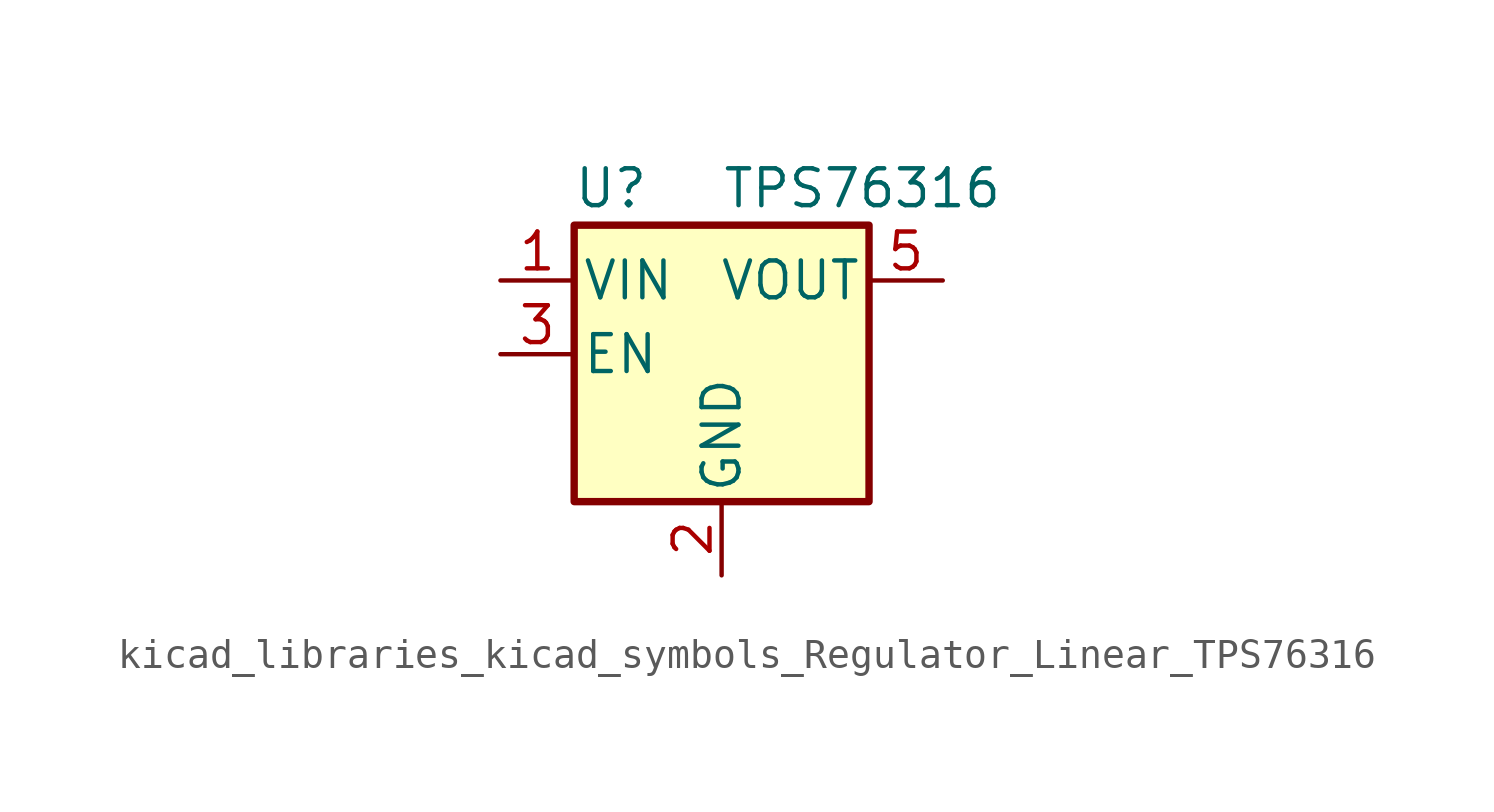
<source format=kicad_sym>
(kicad_symbol_lib
  (version 20220914)
  (generator kicad_symbol_editor)
  (symbol "kicad_libraries_kicad_symbols_Regulator_Linear_TPS76316"
    (pin_names
      (offset 0.254))
    (property "Reference" "U"
      (at -3.81 5.715 0)
      (effects (font (size 1.27 1.27))))
    (property "Value" "TPS76316"
      (at 0 5.715 0)
      (effects (font (size 1.27 1.27)) (justify left)))
    (symbol "kicad_libraries_kicad_symbols_Regulator_Linear_TPS76316_0_1"
      (rectangle (start -5.08 4.445) (end 5.08 -5.08) (stroke (width 0.254) (type default)) (fill (type background))))
    (symbol "kicad_libraries_kicad_symbols_Regulator_Linear_TPS76316_1_1"
      (pin power_in line (at -7.62 2.54 0) (length 2.54) (name "VIN" (effects (font (size 1.27 1.27)))) (number "1" (effects (font (size 1.27 1.27)))))
      (pin power_in line (at 0 -7.62 90) (length 2.54) (name "GND" (effects (font (size 1.27 1.27)))) (number "2" (effects (font (size 1.27 1.27)))))
      (pin input line (at -7.62 0 0) (length 2.54) (name "EN" (effects (font (size 1.27 1.27)))) (number "3" (effects (font (size 1.27 1.27)))))
      (pin no_connect line (at 5.08 0 180) (length 2.54) hide (name "NC" (effects (font (size 1.27 1.27)))) (number "4" (effects (font (size 1.27 1.27)))))
      (pin power_out line (at 7.62 2.54 180) (length 2.54) (name "VOUT" (effects (font (size 1.27 1.27)))) (number "5" (effects (font (size 1.27 1.27))))))))
</source>
